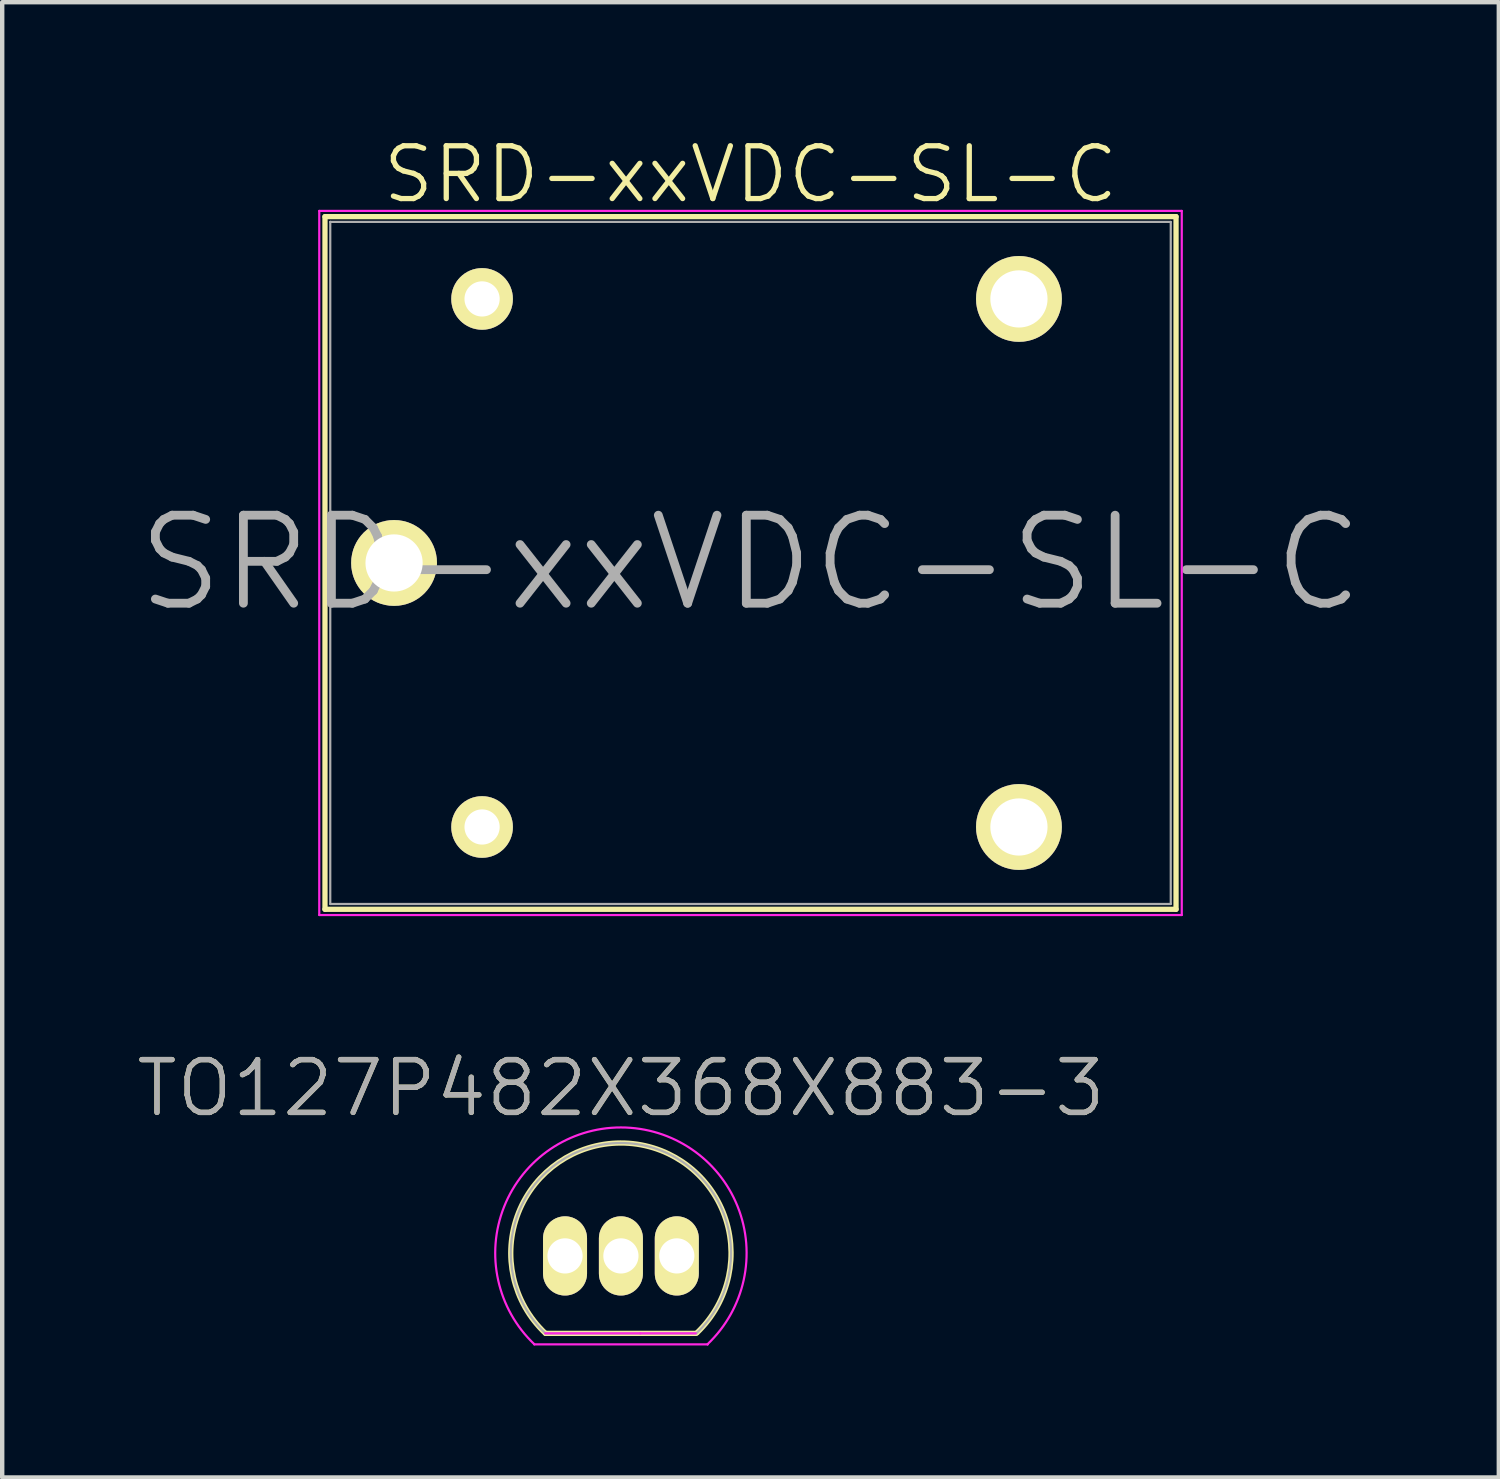
<source format=kicad_pcb>
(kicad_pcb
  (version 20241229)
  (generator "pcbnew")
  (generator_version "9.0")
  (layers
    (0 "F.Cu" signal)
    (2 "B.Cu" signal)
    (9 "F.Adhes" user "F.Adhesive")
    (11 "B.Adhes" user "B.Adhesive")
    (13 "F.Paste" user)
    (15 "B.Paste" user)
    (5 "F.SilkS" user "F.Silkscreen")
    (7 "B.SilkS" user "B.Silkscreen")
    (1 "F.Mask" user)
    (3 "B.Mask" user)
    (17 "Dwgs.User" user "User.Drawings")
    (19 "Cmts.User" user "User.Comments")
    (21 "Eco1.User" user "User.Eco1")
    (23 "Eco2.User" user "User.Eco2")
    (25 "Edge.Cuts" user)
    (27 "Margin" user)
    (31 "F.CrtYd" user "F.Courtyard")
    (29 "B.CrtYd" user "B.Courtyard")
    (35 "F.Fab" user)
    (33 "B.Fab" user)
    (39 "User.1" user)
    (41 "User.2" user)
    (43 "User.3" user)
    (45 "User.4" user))
  (footprint "SRD-xxVDC-SL-C"
    (layer "F.Cu")
    (at 14.005 9.743)
    (property "Reference" "SRD-xxVDC-SL-C" (at 0 -8.83 0) (layer "F.SilkS") (effects (font (size 1.2 1.2) (thickness 0.12))))
    (attr through_hole)
    (fp_line (start -9.67 -7.87) (end -9.67 -7.87) (stroke (width 0.05) (type solid)) (layer "F.SilkS"))
    (fp_line (start -9.67 -7.87) (end 9.67 -7.87) (stroke (width 0.12) (type solid)) (layer "F.SilkS"))
    (fp_line (start -9.67 7.87) (end -9.67 -7.87) (stroke (width 0.12) (type solid)) (layer "F.SilkS"))
    (fp_line (start 9.67 -7.87) (end 9.67 7.87) (stroke (width 0.12) (type solid)) (layer "F.SilkS"))
    (fp_line (start 9.67 7.87) (end -9.67 7.87) (stroke (width 0.12) (type solid)) (layer "F.SilkS"))
    (fp_line (start -9.8 -8) (end 9.8 -8) (stroke (width 0.05) (type solid)) (layer "F.CrtYd"))
    (fp_line (start -9.8 8) (end -9.8 -8) (stroke (width 0.05) (type solid)) (layer "F.CrtYd"))
    (fp_line (start 9.8 -8) (end 9.8 8) (stroke (width 0.05) (type solid)) (layer "F.CrtYd"))
    (fp_line (start 9.8 8) (end -9.8 8) (stroke (width 0.05) (type solid)) (layer "F.CrtYd"))
    (fp_line (start -9.55 -7.75) (end -9.55 -7.75) (stroke (width 0.05) (type solid)) (layer "F.Fab"))
    (fp_line (start -9.55 -7.75) (end 9.55 -7.75) (stroke (width 0.05) (type solid)) (layer "F.Fab"))
    (fp_line (start -9.55 7.75) (end -9.55 -7.75) (stroke (width 0.05) (type solid)) (layer "F.Fab"))
    (fp_line (start 9.55 -7.75) (end 9.55 7.75) (stroke (width 0.05) (type solid)) (layer "F.Fab"))
    (fp_line (start 9.55 7.75) (end -9.55 7.75) (stroke (width 0.05) (type solid)) (layer "F.Fab"))
    (fp_text user "${REFERENCE}" (at 0 0 0) (layer "F.Fab") (effects (font (size 2 2) (thickness 0.2))))
    (pad "1" thru_hole circle (at -6.1 -6) (size 1.4 1.4) (drill 0.8) (layers "*.Cu" "*.Mask" "F.SilkS"))
    (pad "2" thru_hole circle (at -6.1 6) (size 1.4 1.4) (drill 0.8) (layers "*.Cu" "*.Mask" "F.SilkS"))
    (pad "3" thru_hole circle (at -8.1 0) (size 1.95 1.95) (drill 1.3) (layers "*.Cu" "*.Mask" "F.SilkS"))
    (pad "4" thru_hole circle (at 6.1 6) (size 1.95 1.95) (drill 1.3) (layers "*.Cu" "*.Mask" "F.SilkS"))
    (pad "5" thru_hole circle (at 6.1 -6) (size 1.95 1.95) (drill 1.3) (layers "*.Cu" "*.Mask" "F.SilkS")))
  (footprint "TO127P482X368X883-3"
    (layer "F.Cu")
    (at 9.79 25.49)
    (property "Reference" "TO127P482X368X883-3" (at 1.27 -3.81 0) (layer "F.SilkS") (effects (font (size 1.2 1.2) (thickness 0.12))))
    (attr smd)
    (fp_line (start -0.44 1.76) (end 2.98 1.76) (stroke (width 0.12) (type solid)) (layer "F.SilkS"))
    (fp_arc (start -0.445 1.76) (mid 1.259147 -2.565886) (end 3.000745 1.745058) (stroke (width 0.12) (type solid)) (layer "F.SilkS"))
    (fp_line (start -0.7 2.01) (end 3.24 2.01) (stroke (width 0.05) (type solid)) (layer "F.CrtYd"))
    (fp_line (start -0.45 1.76) (end 2.97 1.76) (stroke (width 0.05) (type solid)) (layer "F.CrtYd"))
    (fp_line (start -0.35 0) (end 0.35 0) (stroke (width 0.05) (type solid)) (layer "F.CrtYd"))
    (fp_line (start 0 -0.35) (end 0 0.35) (stroke (width 0.05) (type solid)) (layer "F.CrtYd"))
    (fp_line (start 1.71 1.76) (end 1.71 1.76) (stroke (width 0.05) (type solid)) (layer "F.CrtYd"))
    (fp_line (start 3.24 2.01) (end 3.24 2.01) (stroke (width 0.05) (type solid)) (layer "F.CrtYd"))
    (fp_arc (start -0.695 2.01) (mid 1.268401 -2.919318) (end 3.237319 2.007799) (stroke (width 0.05) (type solid)) (layer "F.CrtYd"))
    (fp_circle (center 0 0) (end 0.25 0) (stroke (width 0.05) (type solid)) (fill no) (layer "F.CrtYd"))
    (fp_line (start -0.44 1.76) (end 2.98 1.76) (stroke (width 0.05) (type solid)) (layer "F.Fab"))
    (fp_arc (start -0.445 1.76) (mid 1.267883 -2.565908) (end 2.988081 1.757097) (stroke (width 0.05) (type solid)) (layer "F.Fab"))
    (fp_text user "${REFERENCE}" (at 1.27 -3.81 0) (layer "F.Fab") (effects (font (size 1.2 1.2) (thickness 0.12))))
    (pad "1" thru_hole oval (at 0 0) (size 1 1.8) (drill 0.8) (layers "*.Cu" "*.Mask" "F.SilkS"))
    (pad "2" thru_hole oval (at 1.27 0) (size 1 1.8) (drill 0.8) (layers "*.Cu" "*.Mask" "F.SilkS"))
    (pad "3" thru_hole oval (at 2.54 0) (size 1 1.8) (drill 0.8) (layers "*.Cu" "*.Mask" "F.SilkS")))
  (gr_rect
    (start -3 -3)
    (end 31.01 30.525)
    (stroke (width 0.1) (type default))
    (fill no)
    (layer "Edge.Cuts")))
</source>
